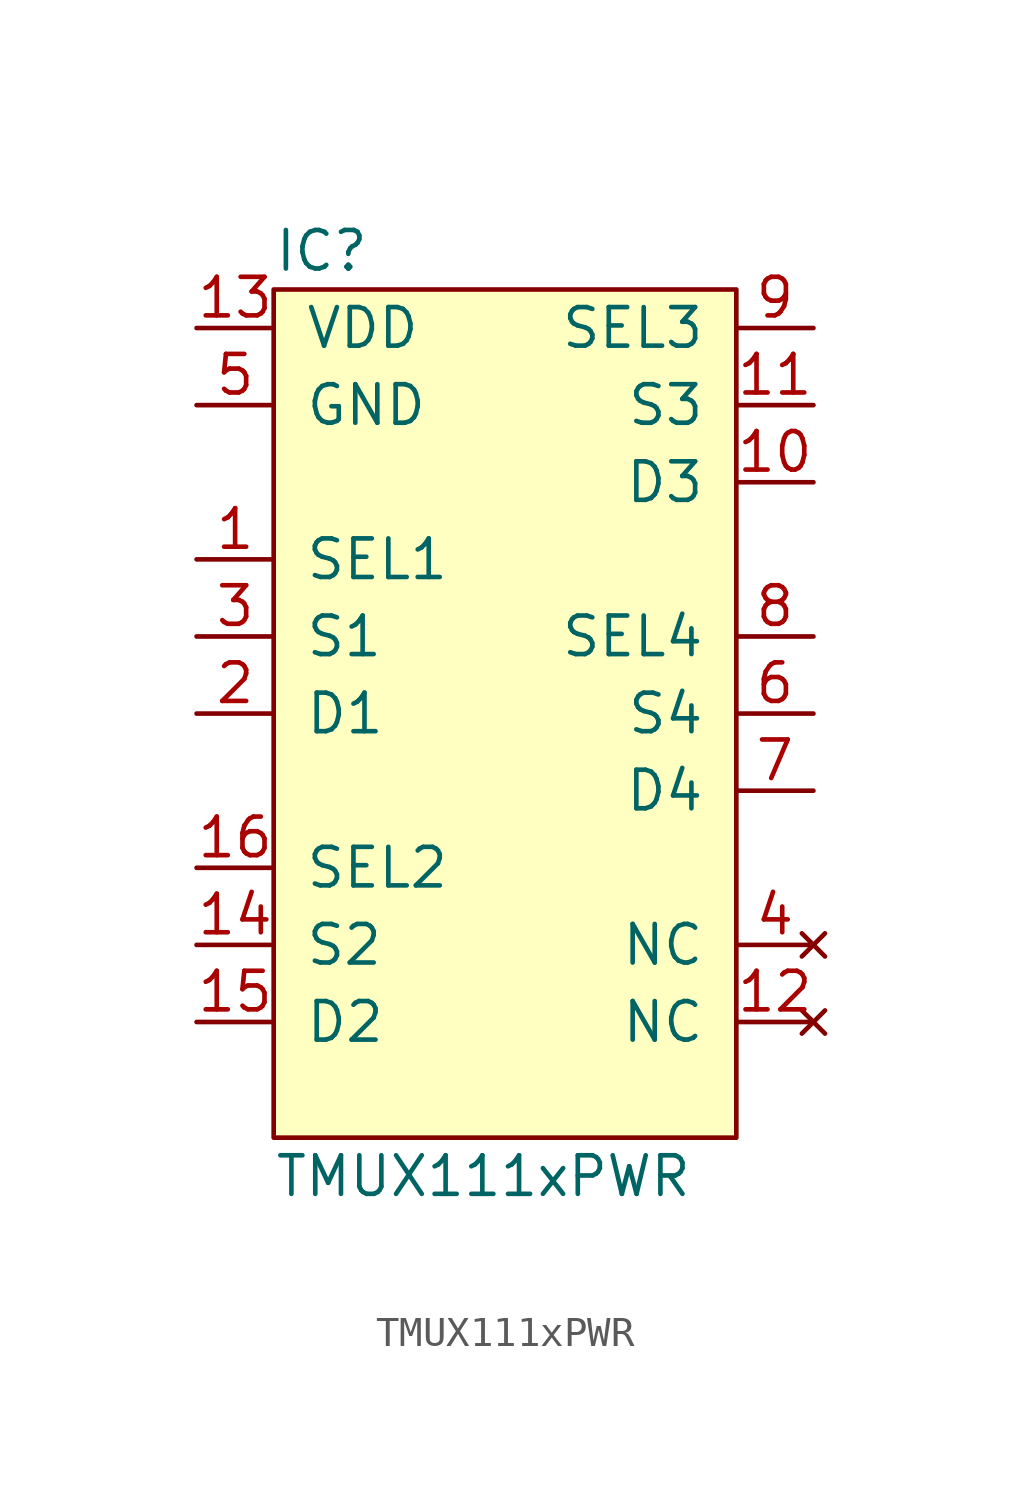
<source format=kicad_sym>
(kicad_symbol_lib
  (version 20211014)
  (generator agg_kicad.build_lib_ic)
  (symbol "TMUX111xPWR"
    (pin_names
      (offset 1.016))
    (property Reference IC
      (at -7.62 15.24 0)
      (effects (font (size 1.27 1.27)) (justify left)))
    (property Value "TMUX111xPWR"
      (at -7.62 -15.24 0)
      (effects (font (size 1.27 1.27)) (justify left)))
    (symbol "TMUX111xPWR_0_0"
      (rectangle (start -7.62 13.97) (end 7.62 -13.97) (stroke (width 0) (type default) (color 0 0 0 0)) (fill (type background)))
      (pin power_in line (at -10.16 12.7 0) (length 2.54) (name VDD (effects (font (size 1.27 1.27)))) (number "13" (effects (font (size 1.27 1.27)))))
      (pin power_in line (at -10.16 10.16 0) (length 2.54) (name GND (effects (font (size 1.27 1.27)))) (number "5" (effects (font (size 1.27 1.27)))))
      (pin input line (at -10.16 5.08 0) (length 2.54) (name "SEL1" (effects (font (size 1.27 1.27)))) (number "1" (effects (font (size 1.27 1.27)))))
      (pin passive line (at -10.16 2.54 0) (length 2.54) (name "S1" (effects (font (size 1.27 1.27)))) (number "3" (effects (font (size 1.27 1.27)))))
      (pin passive line (at -10.16 0 0) (length 2.54) (name "D1" (effects (font (size 1.27 1.27)))) (number "2" (effects (font (size 1.27 1.27)))))
      (pin input line (at -10.16 -5.08 0) (length 2.54) (name "SEL2" (effects (font (size 1.27 1.27)))) (number "16" (effects (font (size 1.27 1.27)))))
      (pin passive line (at -10.16 -7.62 0) (length 2.54) (name "S2" (effects (font (size 1.27 1.27)))) (number "14" (effects (font (size 1.27 1.27)))))
      (pin passive line (at -10.16 -10.16 0) (length 2.54) (name "D2" (effects (font (size 1.27 1.27)))) (number "15" (effects (font (size 1.27 1.27)))))
      (pin input line (at 10.16 12.7 180) (length 2.54) (name "SEL3" (effects (font (size 1.27 1.27)))) (number "9" (effects (font (size 1.27 1.27)))))
      (pin passive line (at 10.16 10.16 180) (length 2.54) (name "S3" (effects (font (size 1.27 1.27)))) (number "11" (effects (font (size 1.27 1.27)))))
      (pin passive line (at 10.16 7.62 180) (length 2.54) (name "D3" (effects (font (size 1.27 1.27)))) (number "10" (effects (font (size 1.27 1.27)))))
      (pin input line (at 10.16 2.54 180) (length 2.54) (name "SEL4" (effects (font (size 1.27 1.27)))) (number "8" (effects (font (size 1.27 1.27)))))
      (pin passive line (at 10.16 0 180) (length 2.54) (name "S4" (effects (font (size 1.27 1.27)))) (number "6" (effects (font (size 1.27 1.27)))))
      (pin passive line (at 10.16 -2.54 180) (length 2.54) (name "D4" (effects (font (size 1.27 1.27)))) (number "7" (effects (font (size 1.27 1.27)))))
      (pin no_connect line (at 10.16 -7.62 180) (length 2.54) (name NC (effects (font (size 1.27 1.27)))) (number "4" (effects (font (size 1.27 1.27)))))
      (pin no_connect line (at 10.16 -10.16 180) (length 2.54) (name NC (effects (font (size 1.27 1.27)))) (number "12" (effects (font (size 1.27 1.27))))))))
</source>
